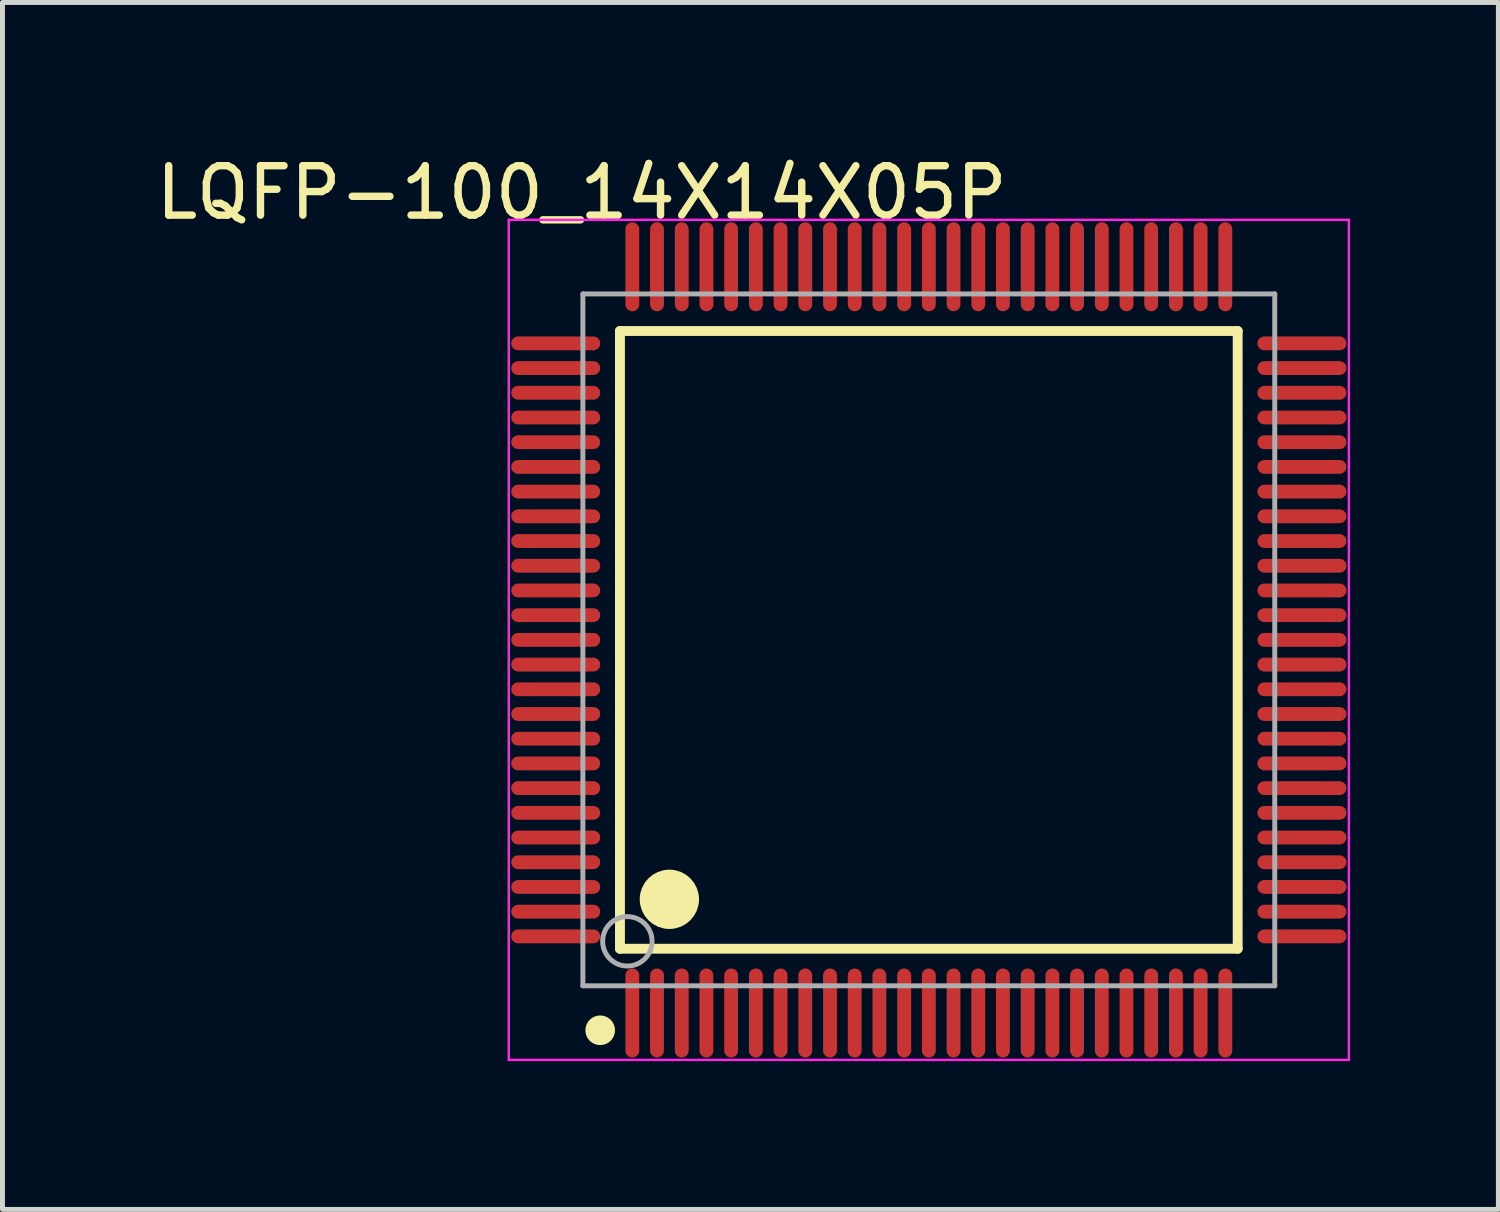
<source format=kicad_pcb>
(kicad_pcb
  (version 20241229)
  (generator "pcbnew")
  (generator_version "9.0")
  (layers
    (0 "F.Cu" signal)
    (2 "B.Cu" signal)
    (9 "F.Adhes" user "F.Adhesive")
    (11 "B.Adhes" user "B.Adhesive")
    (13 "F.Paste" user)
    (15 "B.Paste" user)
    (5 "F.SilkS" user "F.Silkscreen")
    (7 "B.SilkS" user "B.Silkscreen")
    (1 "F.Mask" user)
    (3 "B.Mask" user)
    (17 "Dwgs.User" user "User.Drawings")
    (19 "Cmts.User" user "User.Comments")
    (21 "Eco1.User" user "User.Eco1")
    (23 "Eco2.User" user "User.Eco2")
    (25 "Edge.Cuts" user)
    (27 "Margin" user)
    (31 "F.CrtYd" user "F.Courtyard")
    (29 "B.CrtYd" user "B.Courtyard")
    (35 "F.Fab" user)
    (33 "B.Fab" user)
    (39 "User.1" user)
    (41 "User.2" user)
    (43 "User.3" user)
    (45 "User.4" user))
  (footprint "LQFP-100_14X14X05P"
    (layer "F.Cu")
    (at 15.745 9.898)
    (property "Reference" "LQFP-100_14X14X05P" (at -7.024 -9.05 0) (layer "F.SilkS") (effects (font (size 1 1) (thickness 0.15))))
    (attr through_hole)
    (fp_line (start -6.25 -6.25) (end 6.25 -6.25) (stroke (width 0.2) (type solid)) (layer "F.SilkS"))
    (fp_line (start -6.25 6.25) (end -6.25 -6.25) (stroke (width 0.2) (type solid)) (layer "F.SilkS"))
    (fp_line (start -6.25 6.25) (end 6.25 6.25) (stroke (width 0.2) (type solid)) (layer "F.SilkS"))
    (fp_line (start 6.25 6.25) (end 6.25 -6.25) (stroke (width 0.2) (type solid)) (layer "F.SilkS"))
    (fp_circle (center -6.65 7.9) (end -6.5 7.9) (stroke (width 0.3) (type solid)) (fill no) (layer "F.SilkS"))
    (fp_circle (center -5.25 5.25) (end -4.95 5.25) (stroke (width 0.6) (type solid)) (fill no) (layer "F.SilkS"))
    (fp_line (start -8.5 -8.5) (end 8.5 -8.5) (stroke (width 0.05) (type solid)) (layer "F.CrtYd"))
    (fp_line (start -8.5 8.5) (end -8.5 -8.5) (stroke (width 0.05) (type solid)) (layer "F.CrtYd"))
    (fp_line (start 8.5 -8.5) (end 8.5 8.5) (stroke (width 0.05) (type solid)) (layer "F.CrtYd"))
    (fp_line (start 8.5 8.5) (end -8.5 8.5) (stroke (width 0.05) (type solid)) (layer "F.CrtYd"))
    (fp_line (start -7 -7) (end 7 -7) (stroke (width 0.1) (type solid)) (layer "F.Fab"))
    (fp_line (start -7 7) (end -7 -7) (stroke (width 0.1) (type solid)) (layer "F.Fab"))
    (fp_line (start -7 7) (end 7 7) (stroke (width 0.1) (type solid)) (layer "F.Fab"))
    (fp_line (start 7 7) (end 7 -7) (stroke (width 0.1) (type solid)) (layer "F.Fab"))
    (fp_circle (center -6.1 6.1) (end -5.6 6.1) (stroke (width 0.1) (type solid)) (fill no) (layer "F.Fab"))
    (pad "1" smd oval (at -6 7.55 180) (size 0.28 1.8) (layers "F.Cu" "F.Mask" "F.Paste"))
    (pad "2" smd oval (at -5.5 7.55 180) (size 0.28 1.8) (layers "F.Cu" "F.Mask" "F.Paste"))
    (pad "3" smd oval (at -5 7.55 180) (size 0.28 1.8) (layers "F.Cu" "F.Mask" "F.Paste"))
    (pad "4" smd oval (at -4.5 7.55 180) (size 0.28 1.8) (layers "F.Cu" "F.Mask" "F.Paste"))
    (pad "5" smd oval (at -4 7.55 180) (size 0.28 1.8) (layers "F.Cu" "F.Mask" "F.Paste"))
    (pad "6" smd oval (at -3.5 7.55 180) (size 0.28 1.8) (layers "F.Cu" "F.Mask" "F.Paste"))
    (pad "7" smd oval (at -3 7.55 180) (size 0.28 1.8) (layers "F.Cu" "F.Mask" "F.Paste"))
    (pad "8" smd oval (at -2.5 7.55 180) (size 0.28 1.8) (layers "F.Cu" "F.Mask" "F.Paste"))
    (pad "9" smd oval (at -2 7.55 180) (size 0.28 1.8) (layers "F.Cu" "F.Mask" "F.Paste"))
    (pad "10" smd oval (at -1.5 7.55 180) (size 0.28 1.8) (layers "F.Cu" "F.Mask" "F.Paste"))
    (pad "11" smd oval (at -1 7.55 180) (size 0.28 1.8) (layers "F.Cu" "F.Mask" "F.Paste"))
    (pad "12" smd oval (at -0.5 7.55 180) (size 0.28 1.8) (layers "F.Cu" "F.Mask" "F.Paste"))
    (pad "13" smd oval (at 0 7.55 180) (size 0.28 1.8) (layers "F.Cu" "F.Mask" "F.Paste"))
    (pad "14" smd oval (at 0.5 7.55 180) (size 0.28 1.8) (layers "F.Cu" "F.Mask" "F.Paste"))
    (pad "15" smd oval (at 1 7.55 180) (size 0.28 1.8) (layers "F.Cu" "F.Mask" "F.Paste"))
    (pad "16" smd oval (at 1.5 7.55 180) (size 0.28 1.8) (layers "F.Cu" "F.Mask" "F.Paste"))
    (pad "17" smd oval (at 2 7.55 180) (size 0.28 1.8) (layers "F.Cu" "F.Mask" "F.Paste"))
    (pad "18" smd oval (at 2.5 7.55 180) (size 0.28 1.8) (layers "F.Cu" "F.Mask" "F.Paste"))
    (pad "19" smd oval (at 3 7.55 180) (size 0.28 1.8) (layers "F.Cu" "F.Mask" "F.Paste"))
    (pad "20" smd oval (at 3.5 7.55 180) (size 0.28 1.8) (layers "F.Cu" "F.Mask" "F.Paste"))
    (pad "21" smd oval (at 4 7.55 180) (size 0.28 1.8) (layers "F.Cu" "F.Mask" "F.Paste"))
    (pad "22" smd oval (at 4.5 7.55 180) (size 0.28 1.8) (layers "F.Cu" "F.Mask" "F.Paste"))
    (pad "23" smd oval (at 5 7.55 180) (size 0.28 1.8) (layers "F.Cu" "F.Mask" "F.Paste"))
    (pad "24" smd oval (at 5.5 7.55 180) (size 0.28 1.8) (layers "F.Cu" "F.Mask" "F.Paste"))
    (pad "25" smd oval (at 6 7.55 180) (size 0.28 1.8) (layers "F.Cu" "F.Mask" "F.Paste"))
    (pad "26" smd oval (at 7.55 6 90) (size 0.28 1.8) (layers "F.Cu" "F.Mask" "F.Paste"))
    (pad "27" smd oval (at 7.55 5.5 90) (size 0.28 1.8) (layers "F.Cu" "F.Mask" "F.Paste"))
    (pad "28" smd oval (at 7.55 5 90) (size 0.28 1.8) (layers "F.Cu" "F.Mask" "F.Paste"))
    (pad "29" smd oval (at 7.55 4.5 90) (size 0.28 1.8) (layers "F.Cu" "F.Mask" "F.Paste"))
    (pad "30" smd oval (at 7.55 4 90) (size 0.28 1.8) (layers "F.Cu" "F.Mask" "F.Paste"))
    (pad "31" smd oval (at 7.55 3.5 90) (size 0.28 1.8) (layers "F.Cu" "F.Mask" "F.Paste"))
    (pad "32" smd oval (at 7.55 3 90) (size 0.28 1.8) (layers "F.Cu" "F.Mask" "F.Paste"))
    (pad "33" smd oval (at 7.55 2.5 90) (size 0.28 1.8) (layers "F.Cu" "F.Mask" "F.Paste"))
    (pad "34" smd oval (at 7.55 2 90) (size 0.28 1.8) (layers "F.Cu" "F.Mask" "F.Paste"))
    (pad "35" smd oval (at 7.55 1.5 90) (size 0.28 1.8) (layers "F.Cu" "F.Mask" "F.Paste"))
    (pad "36" smd oval (at 7.55 1 90) (size 0.28 1.8) (layers "F.Cu" "F.Mask" "F.Paste"))
    (pad "37" smd oval (at 7.55 0.5 90) (size 0.28 1.8) (layers "F.Cu" "F.Mask" "F.Paste"))
    (pad "38" smd oval (at 7.55 0 90) (size 0.28 1.8) (layers "F.Cu" "F.Mask" "F.Paste"))
    (pad "39" smd oval (at 7.55 -0.5 90) (size 0.28 1.8) (layers "F.Cu" "F.Mask" "F.Paste"))
    (pad "40" smd oval (at 7.55 -1 90) (size 0.28 1.8) (layers "F.Cu" "F.Mask" "F.Paste"))
    (pad "41" smd oval (at 7.55 -1.5 90) (size 0.28 1.8) (layers "F.Cu" "F.Mask" "F.Paste"))
    (pad "42" smd oval (at 7.55 -2 90) (size 0.28 1.8) (layers "F.Cu" "F.Mask" "F.Paste"))
    (pad "43" smd oval (at 7.55 -2.5 90) (size 0.28 1.8) (layers "F.Cu" "F.Mask" "F.Paste"))
    (pad "44" smd oval (at 7.55 -3 90) (size 0.28 1.8) (layers "F.Cu" "F.Mask" "F.Paste"))
    (pad "45" smd oval (at 7.55 -3.5 90) (size 0.28 1.8) (layers "F.Cu" "F.Mask" "F.Paste"))
    (pad "46" smd oval (at 7.55 -4 90) (size 0.28 1.8) (layers "F.Cu" "F.Mask" "F.Paste"))
    (pad "47" smd oval (at 7.55 -4.5 90) (size 0.28 1.8) (layers "F.Cu" "F.Mask" "F.Paste"))
    (pad "48" smd oval (at 7.55 -5 90) (size 0.28 1.8) (layers "F.Cu" "F.Mask" "F.Paste"))
    (pad "49" smd oval (at 7.55 -5.5 90) (size 0.28 1.8) (layers "F.Cu" "F.Mask" "F.Paste"))
    (pad "50" smd oval (at 7.55 -6 90) (size 0.28 1.8) (layers "F.Cu" "F.Mask" "F.Paste"))
    (pad "51" smd oval (at 6 -7.55 180) (size 0.28 1.8) (layers "F.Cu" "F.Mask" "F.Paste"))
    (pad "52" smd oval (at 5.5 -7.55 180) (size 0.28 1.8) (layers "F.Cu" "F.Mask" "F.Paste"))
    (pad "53" smd oval (at 5 -7.55 180) (size 0.28 1.8) (layers "F.Cu" "F.Mask" "F.Paste"))
    (pad "54" smd oval (at 4.5 -7.55 180) (size 0.28 1.8) (layers "F.Cu" "F.Mask" "F.Paste"))
    (pad "55" smd oval (at 4 -7.55 180) (size 0.28 1.8) (layers "F.Cu" "F.Mask" "F.Paste"))
    (pad "56" smd oval (at 3.5 -7.55 180) (size 0.28 1.8) (layers "F.Cu" "F.Mask" "F.Paste"))
    (pad "57" smd oval (at 3 -7.55 180) (size 0.28 1.8) (layers "F.Cu" "F.Mask" "F.Paste"))
    (pad "58" smd oval (at 2.5 -7.55 180) (size 0.28 1.8) (layers "F.Cu" "F.Mask" "F.Paste"))
    (pad "59" smd oval (at 2 -7.55 180) (size 0.28 1.8) (layers "F.Cu" "F.Mask" "F.Paste"))
    (pad "60" smd oval (at 1.5 -7.55 180) (size 0.28 1.8) (layers "F.Cu" "F.Mask" "F.Paste"))
    (pad "61" smd oval (at 1 -7.55 180) (size 0.28 1.8) (layers "F.Cu" "F.Mask" "F.Paste"))
    (pad "62" smd oval (at 0.5 -7.55 180) (size 0.28 1.8) (layers "F.Cu" "F.Mask" "F.Paste"))
    (pad "63" smd oval (at 0 -7.55 180) (size 0.28 1.8) (layers "F.Cu" "F.Mask" "F.Paste"))
    (pad "64" smd oval (at -0.5 -7.55 180) (size 0.28 1.8) (layers "F.Cu" "F.Mask" "F.Paste"))
    (pad "65" smd oval (at -1 -7.55 180) (size 0.28 1.8) (layers "F.Cu" "F.Mask" "F.Paste"))
    (pad "66" smd oval (at -1.5 -7.55 180) (size 0.28 1.8) (layers "F.Cu" "F.Mask" "F.Paste"))
    (pad "67" smd oval (at -2 -7.55 180) (size 0.28 1.8) (layers "F.Cu" "F.Mask" "F.Paste"))
    (pad "68" smd oval (at -2.5 -7.55 180) (size 0.28 1.8) (layers "F.Cu" "F.Mask" "F.Paste"))
    (pad "69" smd oval (at -3 -7.55 180) (size 0.28 1.8) (layers "F.Cu" "F.Mask" "F.Paste"))
    (pad "70" smd oval (at -3.5 -7.55 180) (size 0.28 1.8) (layers "F.Cu" "F.Mask" "F.Paste"))
    (pad "71" smd oval (at -4 -7.55 180) (size 0.28 1.8) (layers "F.Cu" "F.Mask" "F.Paste"))
    (pad "72" smd oval (at -4.5 -7.55 180) (size 0.28 1.8) (layers "F.Cu" "F.Mask" "F.Paste"))
    (pad "73" smd oval (at -5 -7.55 180) (size 0.28 1.8) (layers "F.Cu" "F.Mask" "F.Paste"))
    (pad "74" smd oval (at -5.5 -7.55 180) (size 0.28 1.8) (layers "F.Cu" "F.Mask" "F.Paste"))
    (pad "75" smd oval (at -6 -7.55 180) (size 0.28 1.8) (layers "F.Cu" "F.Mask" "F.Paste"))
    (pad "76" smd oval (at -7.55 -6 90) (size 0.28 1.8) (layers "F.Cu" "F.Mask" "F.Paste"))
    (pad "77" smd oval (at -7.55 -5.5 90) (size 0.28 1.8) (layers "F.Cu" "F.Mask" "F.Paste"))
    (pad "78" smd oval (at -7.55 -5 90) (size 0.28 1.8) (layers "F.Cu" "F.Mask" "F.Paste"))
    (pad "79" smd oval (at -7.55 -4.5 90) (size 0.28 1.8) (layers "F.Cu" "F.Mask" "F.Paste"))
    (pad "80" smd oval (at -7.55 -4 90) (size 0.28 1.8) (layers "F.Cu" "F.Mask" "F.Paste"))
    (pad "81" smd oval (at -7.55 -3.5 90) (size 0.28 1.8) (layers "F.Cu" "F.Mask" "F.Paste"))
    (pad "82" smd oval (at -7.55 -3 90) (size 0.28 1.8) (layers "F.Cu" "F.Mask" "F.Paste"))
    (pad "83" smd oval (at -7.55 -2.5 90) (size 0.28 1.8) (layers "F.Cu" "F.Mask" "F.Paste"))
    (pad "84" smd oval (at -7.55 -2 90) (size 0.28 1.8) (layers "F.Cu" "F.Mask" "F.Paste"))
    (pad "85" smd oval (at -7.55 -1.5 90) (size 0.28 1.8) (layers "F.Cu" "F.Mask" "F.Paste"))
    (pad "86" smd oval (at -7.55 -1 90) (size 0.28 1.8) (layers "F.Cu" "F.Mask" "F.Paste"))
    (pad "87" smd oval (at -7.55 -0.5 90) (size 0.28 1.8) (layers "F.Cu" "F.Mask" "F.Paste"))
    (pad "88" smd oval (at -7.55 0 90) (size 0.28 1.8) (layers "F.Cu" "F.Mask" "F.Paste"))
    (pad "89" smd oval (at -7.55 0.5 90) (size 0.28 1.8) (layers "F.Cu" "F.Mask" "F.Paste"))
    (pad "90" smd oval (at -7.55 1 90) (size 0.28 1.8) (layers "F.Cu" "F.Mask" "F.Paste"))
    (pad "91" smd oval (at -7.55 1.5 90) (size 0.28 1.8) (layers "F.Cu" "F.Mask" "F.Paste"))
    (pad "92" smd oval (at -7.55 2 90) (size 0.28 1.8) (layers "F.Cu" "F.Mask" "F.Paste"))
    (pad "93" smd oval (at -7.55 2.5 90) (size 0.28 1.8) (layers "F.Cu" "F.Mask" "F.Paste"))
    (pad "94" smd oval (at -7.55 3 90) (size 0.28 1.8) (layers "F.Cu" "F.Mask" "F.Paste"))
    (pad "95" smd oval (at -7.55 3.5 90) (size 0.28 1.8) (layers "F.Cu" "F.Mask" "F.Paste"))
    (pad "96" smd oval (at -7.55 4 90) (size 0.28 1.8) (layers "F.Cu" "F.Mask" "F.Paste"))
    (pad "97" smd oval (at -7.55 4.5 90) (size 0.28 1.8) (layers "F.Cu" "F.Mask" "F.Paste"))
    (pad "98" smd oval (at -7.55 5 90) (size 0.28 1.8) (layers "F.Cu" "F.Mask" "F.Paste"))
    (pad "99" smd oval (at -7.55 5.5 90) (size 0.28 1.8) (layers "F.Cu" "F.Mask" "F.Paste"))
    (pad "100" smd oval (at -7.55 6 90) (size 0.28 1.8) (layers "F.Cu" "F.Mask" "F.Paste")))
  (gr_rect
    (start -3 -3)
    (end 27.27 21.423)
    (stroke (width 0.1) (type default))
    (fill no)
    (layer "Edge.Cuts")))
</source>
